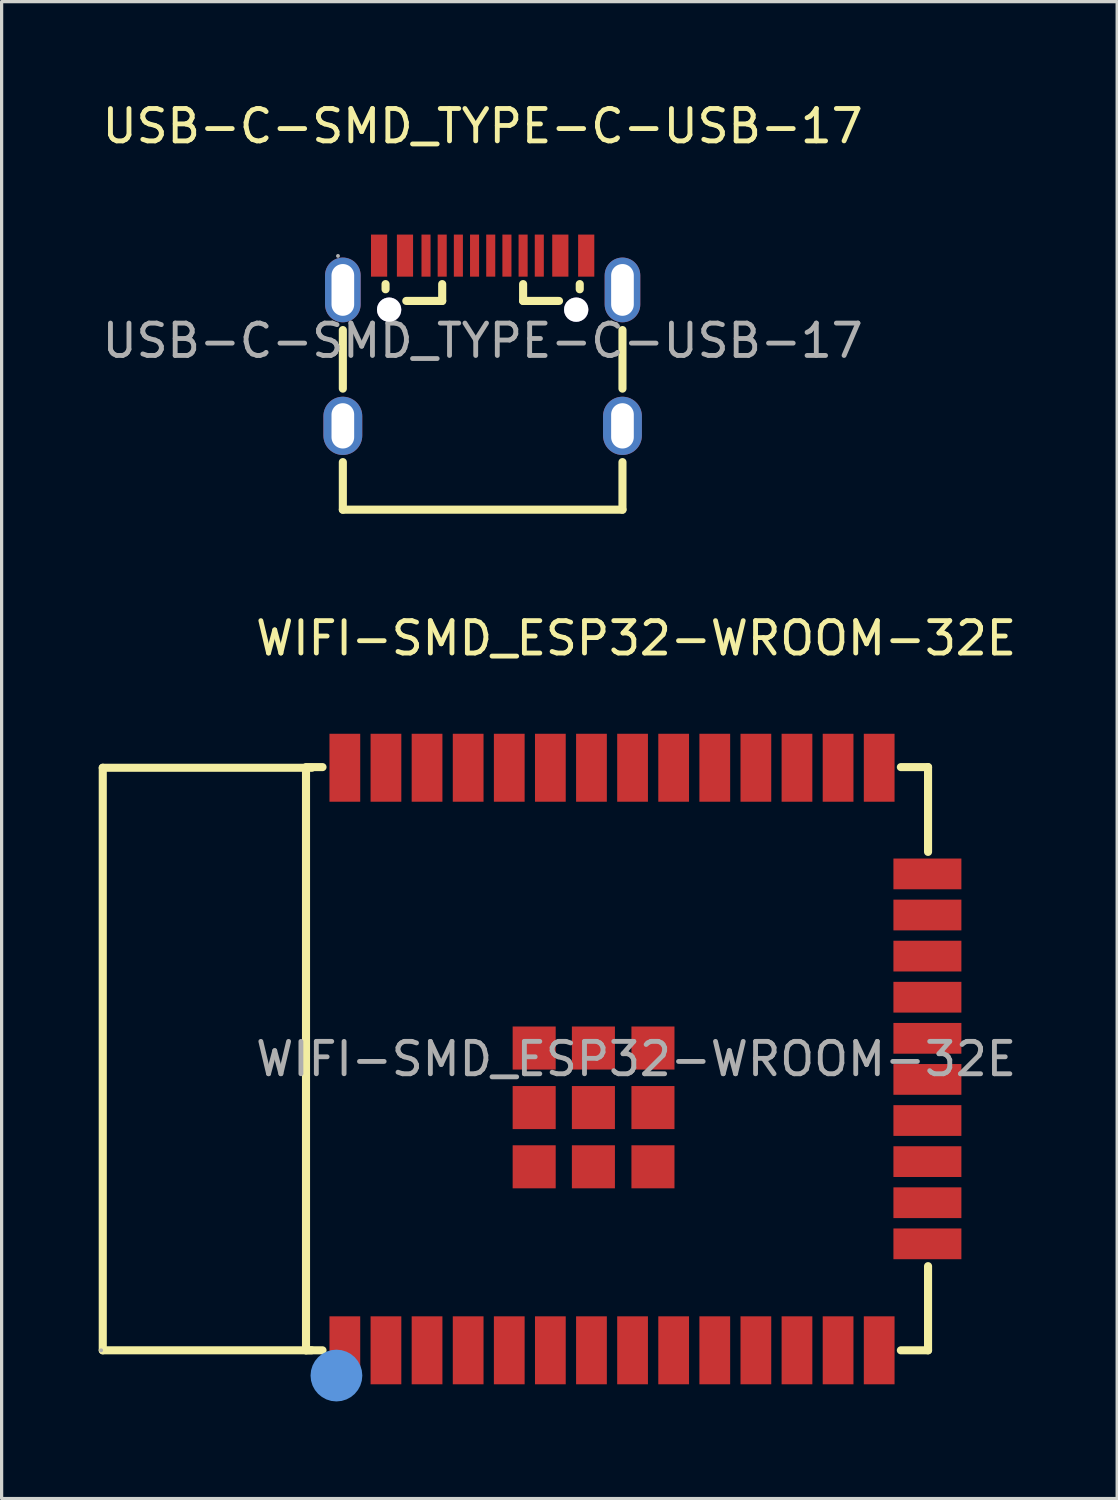
<source format=kicad_pcb>
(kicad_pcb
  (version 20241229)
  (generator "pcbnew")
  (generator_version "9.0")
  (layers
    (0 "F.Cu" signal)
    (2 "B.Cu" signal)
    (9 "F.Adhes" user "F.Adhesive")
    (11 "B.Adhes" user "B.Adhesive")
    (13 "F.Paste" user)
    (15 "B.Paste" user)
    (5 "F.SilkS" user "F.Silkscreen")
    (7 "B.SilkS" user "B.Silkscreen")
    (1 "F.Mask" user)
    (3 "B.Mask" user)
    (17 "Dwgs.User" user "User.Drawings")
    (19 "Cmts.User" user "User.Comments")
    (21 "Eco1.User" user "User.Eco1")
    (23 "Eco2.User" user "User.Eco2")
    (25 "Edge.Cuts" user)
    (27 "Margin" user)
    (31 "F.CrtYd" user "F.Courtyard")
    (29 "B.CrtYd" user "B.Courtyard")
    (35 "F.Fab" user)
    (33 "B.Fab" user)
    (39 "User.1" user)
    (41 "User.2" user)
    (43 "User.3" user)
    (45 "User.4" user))
  (footprint "WIFI-SMD_ESP32-WROOM-32E"
    (layer "F.Cu")
    (at 16.605 29.672)
    (property "Reference" "WIFI-SMD_ESP32-WROOM-32E" (at 0 -13 0) (layer "F.SilkS") (effects (font (size 1 1) (thickness 0.15))))
    (attr through_hole)
    (fp_line (start -16.48 -9) (end -16.48 9) (stroke (width 0.25) (type solid)) (layer "F.SilkS"))
    (fp_line (start -16.48 -9) (end -10.02 -9) (stroke (width 0.25) (type solid)) (layer "F.SilkS"))
    (fp_line (start -16.48 9) (end -10.03 9) (stroke (width 0.25) (type solid)) (layer "F.SilkS"))
    (fp_line (start -10.2 -9) (end -10.2 9) (stroke (width 0.25) (type solid)) (layer "F.SilkS"))
    (fp_line (start -10.2 9) (end -9.69 9) (stroke (width 0.25) (type solid)) (layer "F.SilkS"))
    (fp_line (start -9.69 -9.02) (end -10.2 -9.02) (stroke (width 0.25) (type solid)) (layer "F.SilkS"))
    (fp_line (start 8.18 9) (end 9.02 9) (stroke (width 0.25) (type solid)) (layer "F.SilkS"))
    (fp_line (start 9.02 -9.02) (end 8.18 -9.02) (stroke (width 0.25) (type solid)) (layer "F.SilkS"))
    (fp_line (start 9.02 -6.4) (end 9.02 -9.02) (stroke (width 0.25) (type solid)) (layer "F.SilkS"))
    (fp_line (start 9.02 9) (end 9.02 6.4) (stroke (width 0.25) (type solid)) (layer "F.SilkS"))
    (fp_circle (center -9.26 9.78) (end -8.86 9.78) (stroke (width 0.8) (type solid)) (fill no) (layer "Cmts.User"))
    (fp_circle (center -16.53 9) (end -16.5 9) (stroke (width 0.06) (type solid)) (fill no) (layer "F.Fab"))
    (fp_text user "${REFERENCE}" (at 0 0 0) (layer "F.Fab") (effects (font (size 1 1) (thickness 0.15))))
    (pad "1" smd rect (at -9 9) (size 0.95 2.1) (layers "F.Cu" "F.Mask" "F.Paste"))
    (pad "2" smd rect (at -7.73 9) (size 0.95 2.1) (layers "F.Cu" "F.Mask" "F.Paste"))
    (pad "3" smd rect (at -6.46 9) (size 0.95 2.1) (layers "F.Cu" "F.Mask" "F.Paste"))
    (pad "4" smd rect (at -5.19 9) (size 0.95 2.1) (layers "F.Cu" "F.Mask" "F.Paste"))
    (pad "5" smd rect (at -3.92 9) (size 0.95 2.1) (layers "F.Cu" "F.Mask" "F.Paste"))
    (pad "6" smd rect (at -2.65 9) (size 0.95 2.1) (layers "F.Cu" "F.Mask" "F.Paste"))
    (pad "7" smd rect (at -1.38 9) (size 0.95 2.1) (layers "F.Cu" "F.Mask" "F.Paste"))
    (pad "8" smd rect (at -0.11 9) (size 0.95 2.1) (layers "F.Cu" "F.Mask" "F.Paste"))
    (pad "9" smd rect (at 1.16 9) (size 0.95 2.1) (layers "F.Cu" "F.Mask" "F.Paste"))
    (pad "10" smd rect (at 2.43 9) (size 0.95 2.1) (layers "F.Cu" "F.Mask" "F.Paste"))
    (pad "11" smd rect (at 3.7 9) (size 0.95 2.1) (layers "F.Cu" "F.Mask" "F.Paste"))
    (pad "12" smd rect (at 4.97 9) (size 0.95 2.1) (layers "F.Cu" "F.Mask" "F.Paste"))
    (pad "13" smd rect (at 6.24 9) (size 0.95 2.1) (layers "F.Cu" "F.Mask" "F.Paste"))
    (pad "14" smd rect (at 7.51 9) (size 0.95 2.1) (layers "F.Cu" "F.Mask" "F.Paste"))
    (pad "15" smd rect (at 9 5.71) (size 2.1 0.95) (layers "F.Cu" "F.Mask" "F.Paste"))
    (pad "16" smd rect (at 9 4.44) (size 2.1 0.95) (layers "F.Cu" "F.Mask" "F.Paste"))
    (pad "17" smd rect (at 9 3.17) (size 2.1 0.95) (layers "F.Cu" "F.Mask" "F.Paste"))
    (pad "18" smd rect (at 9 1.9) (size 2.1 0.95) (layers "F.Cu" "F.Mask" "F.Paste"))
    (pad "19" smd rect (at 9 0.63) (size 2.1 0.95) (layers "F.Cu" "F.Mask" "F.Paste"))
    (pad "20" smd rect (at 9 -0.64) (size 2.1 0.95) (layers "F.Cu" "F.Mask" "F.Paste"))
    (pad "21" smd rect (at 9 -1.91) (size 2.1 0.95) (layers "F.Cu" "F.Mask" "F.Paste"))
    (pad "22" smd rect (at 9 -3.18) (size 2.1 0.95) (layers "F.Cu" "F.Mask" "F.Paste"))
    (pad "23" smd rect (at 9 -4.45) (size 2.1 0.95) (layers "F.Cu" "F.Mask" "F.Paste"))
    (pad "24" smd rect (at 9 -5.72) (size 2.1 0.95) (layers "F.Cu" "F.Mask" "F.Paste"))
    (pad "25" smd rect (at 7.51 -9) (size 0.95 2.1) (layers "F.Cu" "F.Mask" "F.Paste"))
    (pad "26" smd rect (at 6.24 -9) (size 0.95 2.1) (layers "F.Cu" "F.Mask" "F.Paste"))
    (pad "27" smd rect (at 4.97 -9) (size 0.95 2.1) (layers "F.Cu" "F.Mask" "F.Paste"))
    (pad "28" smd rect (at 3.7 -9) (size 0.95 2.1) (layers "F.Cu" "F.Mask" "F.Paste"))
    (pad "29" smd rect (at 2.43 -9) (size 0.95 2.1) (layers "F.Cu" "F.Mask" "F.Paste"))
    (pad "30" smd rect (at 1.16 -9) (size 0.95 2.1) (layers "F.Cu" "F.Mask" "F.Paste"))
    (pad "31" smd rect (at -0.11 -9) (size 0.95 2.1) (layers "F.Cu" "F.Mask" "F.Paste"))
    (pad "32" smd rect (at -1.38 -9) (size 0.95 2.1) (layers "F.Cu" "F.Mask" "F.Paste"))
    (pad "33" smd rect (at -2.65 -9) (size 0.95 2.1) (layers "F.Cu" "F.Mask" "F.Paste"))
    (pad "34" smd rect (at -3.92 -9) (size 0.95 2.1) (layers "F.Cu" "F.Mask" "F.Paste"))
    (pad "35" smd rect (at -5.19 -9) (size 0.95 2.1) (layers "F.Cu" "F.Mask" "F.Paste"))
    (pad "36" smd rect (at -6.46 -9) (size 0.95 2.1) (layers "F.Cu" "F.Mask" "F.Paste"))
    (pad "37" smd rect (at -7.73 -9) (size 0.95 2.1) (layers "F.Cu" "F.Mask" "F.Paste"))
    (pad "38" smd rect (at -9 -9) (size 0.95 2.1) (layers "F.Cu" "F.Mask" "F.Paste"))
    (pad "39" smd rect (at -3.15 -0.34 180) (size 1.33 1.33) (layers "F.Cu" "F.Mask" "F.Paste"))
    (pad "39" smd rect (at -3.15 1.5 180) (size 1.33 1.33) (layers "F.Cu" "F.Mask" "F.Paste"))
    (pad "39" smd rect (at -3.15 3.33 180) (size 1.33 1.33) (layers "F.Cu" "F.Mask" "F.Paste"))
    (pad "39" smd rect (at -1.32 -0.34 180) (size 1.33 1.33) (layers "F.Cu" "F.Mask" "F.Paste"))
    (pad "39" smd rect (at -1.32 1.5 180) (size 1.33 1.33) (layers "F.Cu" "F.Mask" "F.Paste"))
    (pad "39" smd rect (at -1.32 3.33 180) (size 1.33 1.33) (layers "F.Cu" "F.Mask" "F.Paste"))
    (pad "39" smd rect (at 0.52 -0.34 180) (size 1.33 1.33) (layers "F.Cu" "F.Mask" "F.Paste"))
    (pad "39" smd rect (at 0.52 1.5 180) (size 1.33 1.33) (layers "F.Cu" "F.Mask" "F.Paste"))
    (pad "39" smd rect (at 0.52 3.33 180) (size 1.33 1.33) (layers "F.Cu" "F.Mask" "F.Paste")))
  (footprint "USB-C-SMD_TYPE-C-USB-17"
    (layer "F.Cu")
    (at 11.863 7.478)
    (property "Reference" "USB-C-SMD_TYPE-C-USB-17" (at 0 -6.63 0) (layer "F.SilkS") (effects (font (size 1 1) (thickness 0.15))))
    (attr through_hole)
    (fp_line (start -4.32 1.48) (end -4.32 -0.33) (stroke (width 0.25) (type solid)) (layer "F.SilkS"))
    (fp_line (start -4.32 5.22) (end -4.32 3.75) (stroke (width 0.25) (type solid)) (layer "F.SilkS"))
    (fp_line (start -3 -1.59) (end -3 -1.75) (stroke (width 0.25) (type solid)) (layer "F.SilkS"))
    (fp_line (start -2.36 -1.23) (end -1.25 -1.23) (stroke (width 0.25) (type solid)) (layer "F.SilkS"))
    (fp_line (start -1.25 -1.23) (end -1.25 -1.75) (stroke (width 0.25) (type solid)) (layer "F.SilkS"))
    (fp_line (start 1.25 -1.23) (end 1.25 -1.75) (stroke (width 0.25) (type solid)) (layer "F.SilkS"))
    (fp_line (start 1.25 -1.23) (end 2.36 -1.23) (stroke (width 0.25) (type solid)) (layer "F.SilkS"))
    (fp_line (start 3 -1.59) (end 3 -1.75) (stroke (width 0.25) (type solid)) (layer "F.SilkS"))
    (fp_line (start 4.32 1.48) (end 4.32 -0.33) (stroke (width 0.25) (type solid)) (layer "F.SilkS"))
    (fp_line (start 4.32 5.22) (end -4.32 5.22) (stroke (width 0.25) (type solid)) (layer "F.SilkS"))
    (fp_line (start 4.32 5.22) (end 4.32 3.75) (stroke (width 0.25) (type solid)) (layer "F.SilkS"))
    (fp_circle (center -4.47 -2.62) (end -4.44 -2.62) (stroke (width 0.06) (type solid)) (fill no) (layer "F.Fab"))
    (fp_text user "${REFERENCE}" (at 0 0 0) (layer "F.Fab") (effects (font (size 1 1) (thickness 0.15))))
    (pad "" thru_hole circle (at -2.89 -0.96) (size 0.75 0.75) (drill 0.75) (layers "*.Cu" "*.Mask"))
    (pad "" thru_hole circle (at 2.89 -0.96) (size 0.75 0.75) (drill 0.75) (layers "*.Cu" "*.Mask"))
    (pad "0" thru_hole oval (at -4.32 -1.57) (size 1.1 2) (drill oval 0.7 1.6) (layers "*.Cu" "*.Paste" "*.Mask"))
    (pad "0" thru_hole oval (at -4.32 2.63) (size 1.2 1.8) (drill oval 0.7 1.4) (layers "*.Cu" "*.Paste" "*.Mask"))
    (pad "0" thru_hole oval (at 4.32 -1.57) (size 1.1 2) (drill oval 0.7 1.6) (layers "*.Cu" "*.Paste" "*.Mask"))
    (pad "0" thru_hole oval (at 4.32 2.63) (size 1.2 1.8) (drill oval 0.7 1.4) (layers "*.Cu" "*.Paste" "*.Mask"))
    (pad "A1" smd rect (at -3.2 -2.63) (size 0.5 1.3) (layers "F.Cu" "F.Mask" "F.Paste"))
    (pad "A4" smd rect (at -2.4 -2.63) (size 0.5 1.3) (layers "F.Cu" "F.Mask" "F.Paste"))
    (pad "A5" smd rect (at -1.25 -2.63) (size 0.28 1.3) (layers "F.Cu" "F.Mask" "F.Paste"))
    (pad "A6" smd rect (at -0.25 -2.63) (size 0.28 1.3) (layers "F.Cu" "F.Mask" "F.Paste"))
    (pad "A7" smd rect (at 0.25 -2.63) (size 0.28 1.3) (layers "F.Cu" "F.Mask" "F.Paste"))
    (pad "A8" smd rect (at 1.25 -2.63) (size 0.28 1.3) (layers "F.Cu" "F.Mask" "F.Paste"))
    (pad "A9" smd rect (at 2.4 -2.63) (size 0.5 1.3) (layers "F.Cu" "F.Mask" "F.Paste"))
    (pad "A12" smd rect (at 3.2 -2.63) (size 0.5 1.3) (layers "F.Cu" "F.Mask" "F.Paste"))
    (pad "B5" smd rect (at 1.75 -2.63) (size 0.28 1.3) (layers "F.Cu" "F.Mask" "F.Paste"))
    (pad "B6" smd rect (at 0.75 -2.63) (size 0.28 1.3) (layers "F.Cu" "F.Mask" "F.Paste"))
    (pad "B7" smd rect (at -0.75 -2.63) (size 0.28 1.3) (layers "F.Cu" "F.Mask" "F.Paste"))
    (pad "B8" smd rect (at -1.75 -2.63) (size 0.28 1.3) (layers "F.Cu" "F.Mask" "F.Paste")))
  (gr_rect
    (start -3 -3)
    (end 31.468 43.252)
    (stroke (width 0.1) (type default))
    (fill no)
    (layer "Edge.Cuts")))
</source>
